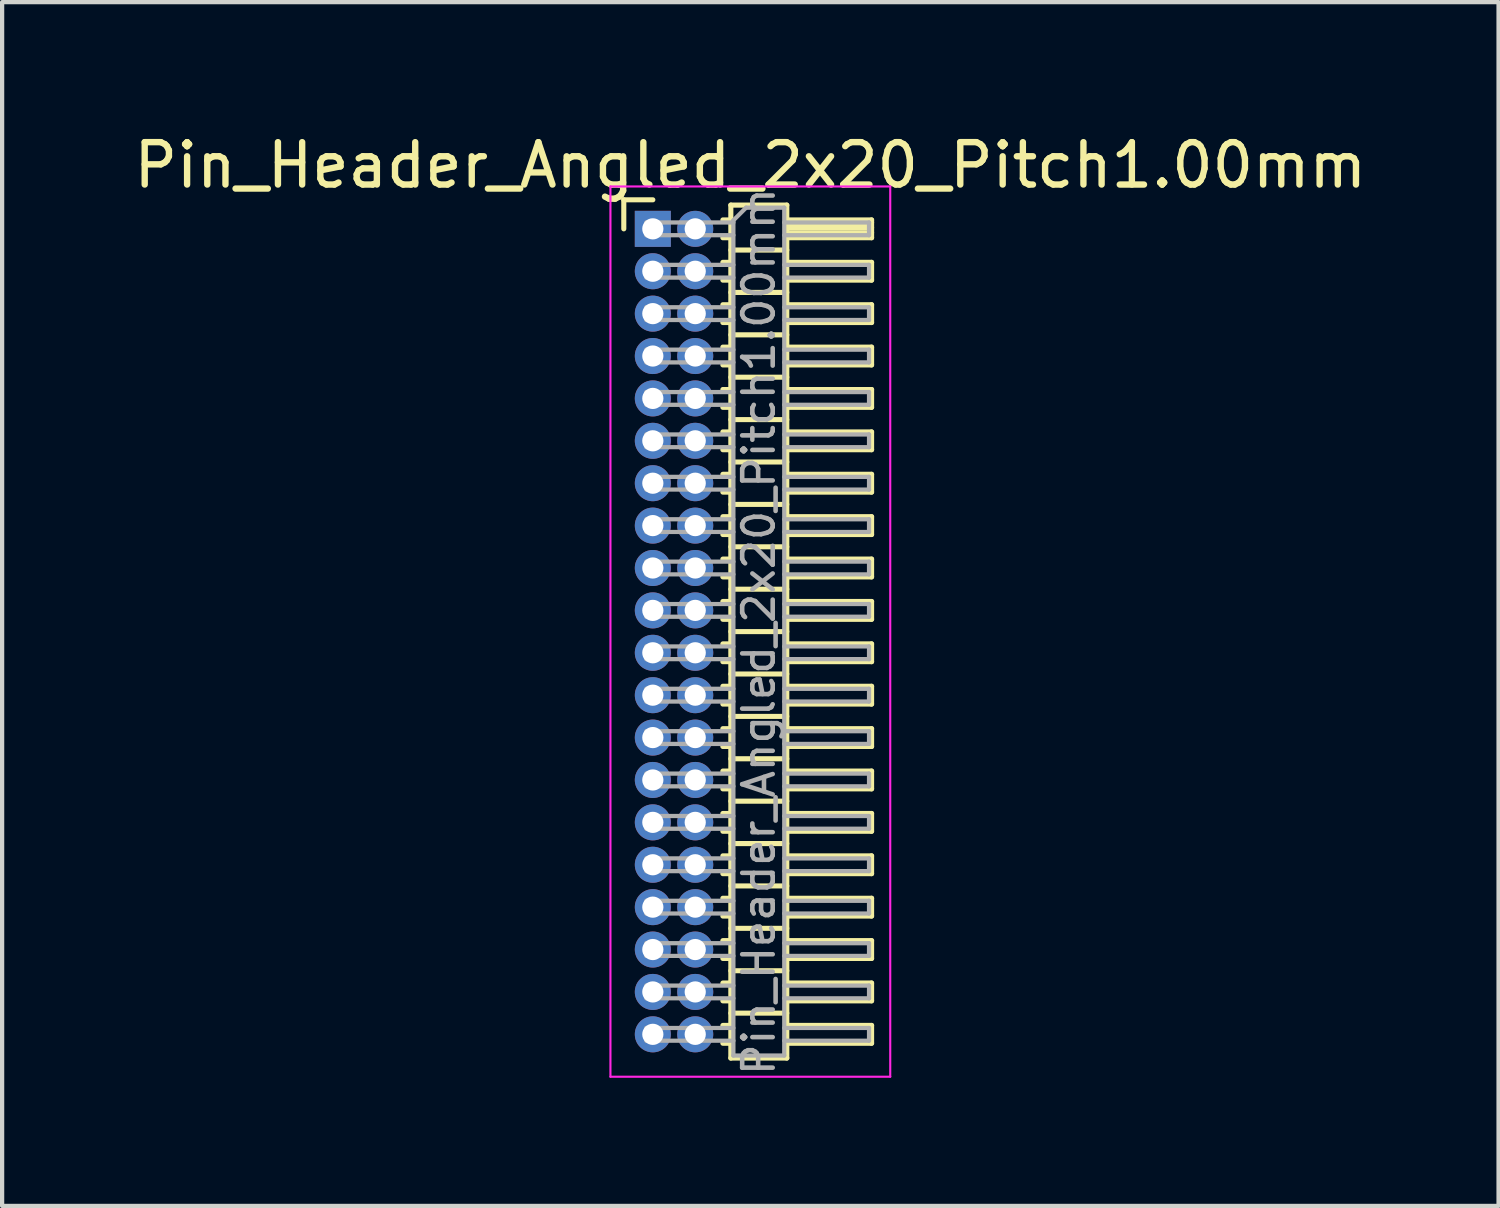
<source format=kicad_pcb>
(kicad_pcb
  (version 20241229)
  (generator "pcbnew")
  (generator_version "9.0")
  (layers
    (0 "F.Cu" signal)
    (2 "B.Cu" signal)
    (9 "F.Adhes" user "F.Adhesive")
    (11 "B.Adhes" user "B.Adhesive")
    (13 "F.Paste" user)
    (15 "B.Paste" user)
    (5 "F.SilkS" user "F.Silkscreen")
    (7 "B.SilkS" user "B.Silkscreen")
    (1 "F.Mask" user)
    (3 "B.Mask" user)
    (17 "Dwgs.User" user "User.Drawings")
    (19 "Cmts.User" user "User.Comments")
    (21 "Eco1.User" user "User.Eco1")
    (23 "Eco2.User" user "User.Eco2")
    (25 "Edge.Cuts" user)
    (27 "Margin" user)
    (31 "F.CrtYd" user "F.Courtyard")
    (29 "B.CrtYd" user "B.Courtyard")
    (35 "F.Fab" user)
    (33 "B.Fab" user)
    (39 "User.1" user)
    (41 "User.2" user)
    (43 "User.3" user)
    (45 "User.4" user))
  (footprint "Pin_Header_Angled_2x20_Pitch1.00mm"
    (layer "F.Cu")
    (at 12.349 2.348)
    (property "Reference" "Pin_Header_Angled_2x20_Pitch1.00mm" (at 2.3 -1.5 0) (layer "F.SilkS") (effects (font (size 1 1) (thickness 0.15))))
    (attr through_hole)
    (fp_line (start -0.685 -0.685) (end 0 -0.685) (stroke (width 0.12) (type solid)) (layer "F.SilkS"))
    (fp_line (start -0.685 0) (end -0.685 -0.685) (stroke (width 0.12) (type solid)) (layer "F.SilkS"))
    (fp_line (start 1.652 -0.21) (end 1.84 -0.21) (stroke (width 0.12) (type solid)) (layer "F.SilkS"))
    (fp_line (start 1.652 0.21) (end 1.84 0.21) (stroke (width 0.12) (type solid)) (layer "F.SilkS"))
    (fp_line (start 1.652 0.79) (end 1.84 0.79) (stroke (width 0.12) (type solid)) (layer "F.SilkS"))
    (fp_line (start 1.652 1.21) (end 1.84 1.21) (stroke (width 0.12) (type solid)) (layer "F.SilkS"))
    (fp_line (start 1.652 1.79) (end 1.84 1.79) (stroke (width 0.12) (type solid)) (layer "F.SilkS"))
    (fp_line (start 1.652 2.21) (end 1.84 2.21) (stroke (width 0.12) (type solid)) (layer "F.SilkS"))
    (fp_line (start 1.652 2.79) (end 1.84 2.79) (stroke (width 0.12) (type solid)) (layer "F.SilkS"))
    (fp_line (start 1.652 3.21) (end 1.84 3.21) (stroke (width 0.12) (type solid)) (layer "F.SilkS"))
    (fp_line (start 1.652 3.79) (end 1.84 3.79) (stroke (width 0.12) (type solid)) (layer "F.SilkS"))
    (fp_line (start 1.652 4.21) (end 1.84 4.21) (stroke (width 0.12) (type solid)) (layer "F.SilkS"))
    (fp_line (start 1.652 4.79) (end 1.84 4.79) (stroke (width 0.12) (type solid)) (layer "F.SilkS"))
    (fp_line (start 1.652 5.21) (end 1.84 5.21) (stroke (width 0.12) (type solid)) (layer "F.SilkS"))
    (fp_line (start 1.652 5.79) (end 1.84 5.79) (stroke (width 0.12) (type solid)) (layer "F.SilkS"))
    (fp_line (start 1.652 6.21) (end 1.84 6.21) (stroke (width 0.12) (type solid)) (layer "F.SilkS"))
    (fp_line (start 1.652 6.79) (end 1.84 6.79) (stroke (width 0.12) (type solid)) (layer "F.SilkS"))
    (fp_line (start 1.652 7.21) (end 1.84 7.21) (stroke (width 0.12) (type solid)) (layer "F.SilkS"))
    (fp_line (start 1.652 7.79) (end 1.84 7.79) (stroke (width 0.12) (type solid)) (layer "F.SilkS"))
    (fp_line (start 1.652 8.21) (end 1.84 8.21) (stroke (width 0.12) (type solid)) (layer "F.SilkS"))
    (fp_line (start 1.652 8.79) (end 1.84 8.79) (stroke (width 0.12) (type solid)) (layer "F.SilkS"))
    (fp_line (start 1.652 9.21) (end 1.84 9.21) (stroke (width 0.12) (type solid)) (layer "F.SilkS"))
    (fp_line (start 1.652 9.79) (end 1.84 9.79) (stroke (width 0.12) (type solid)) (layer "F.SilkS"))
    (fp_line (start 1.652 10.21) (end 1.84 10.21) (stroke (width 0.12) (type solid)) (layer "F.SilkS"))
    (fp_line (start 1.652 10.79) (end 1.84 10.79) (stroke (width 0.12) (type solid)) (layer "F.SilkS"))
    (fp_line (start 1.652 11.21) (end 1.84 11.21) (stroke (width 0.12) (type solid)) (layer "F.SilkS"))
    (fp_line (start 1.652 11.79) (end 1.84 11.79) (stroke (width 0.12) (type solid)) (layer "F.SilkS"))
    (fp_line (start 1.652 12.21) (end 1.84 12.21) (stroke (width 0.12) (type solid)) (layer "F.SilkS"))
    (fp_line (start 1.652 12.79) (end 1.84 12.79) (stroke (width 0.12) (type solid)) (layer "F.SilkS"))
    (fp_line (start 1.652 13.21) (end 1.84 13.21) (stroke (width 0.12) (type solid)) (layer "F.SilkS"))
    (fp_line (start 1.652 13.79) (end 1.84 13.79) (stroke (width 0.12) (type solid)) (layer "F.SilkS"))
    (fp_line (start 1.652 14.21) (end 1.84 14.21) (stroke (width 0.12) (type solid)) (layer "F.SilkS"))
    (fp_line (start 1.652 14.79) (end 1.84 14.79) (stroke (width 0.12) (type solid)) (layer "F.SilkS"))
    (fp_line (start 1.652 15.21) (end 1.84 15.21) (stroke (width 0.12) (type solid)) (layer "F.SilkS"))
    (fp_line (start 1.652 15.79) (end 1.84 15.79) (stroke (width 0.12) (type solid)) (layer "F.SilkS"))
    (fp_line (start 1.652 16.21) (end 1.84 16.21) (stroke (width 0.12) (type solid)) (layer "F.SilkS"))
    (fp_line (start 1.652 16.79) (end 1.84 16.79) (stroke (width 0.12) (type solid)) (layer "F.SilkS"))
    (fp_line (start 1.652 17.21) (end 1.84 17.21) (stroke (width 0.12) (type solid)) (layer "F.SilkS"))
    (fp_line (start 1.652 17.79) (end 1.84 17.79) (stroke (width 0.12) (type solid)) (layer "F.SilkS"))
    (fp_line (start 1.652 18.21) (end 1.84 18.21) (stroke (width 0.12) (type solid)) (layer "F.SilkS"))
    (fp_line (start 1.652 18.79) (end 1.84 18.79) (stroke (width 0.12) (type solid)) (layer "F.SilkS"))
    (fp_line (start 1.652 19.21) (end 1.84 19.21) (stroke (width 0.12) (type solid)) (layer "F.SilkS"))
    (fp_line (start 1.84 -0.56) (end 1.84 19.56) (stroke (width 0.12) (type solid)) (layer "F.SilkS"))
    (fp_line (start 1.84 0.5) (end 3.16 0.5) (stroke (width 0.12) (type solid)) (layer "F.SilkS"))
    (fp_line (start 1.84 1.5) (end 3.16 1.5) (stroke (width 0.12) (type solid)) (layer "F.SilkS"))
    (fp_line (start 1.84 2.5) (end 3.16 2.5) (stroke (width 0.12) (type solid)) (layer "F.SilkS"))
    (fp_line (start 1.84 3.5) (end 3.16 3.5) (stroke (width 0.12) (type solid)) (layer "F.SilkS"))
    (fp_line (start 1.84 4.5) (end 3.16 4.5) (stroke (width 0.12) (type solid)) (layer "F.SilkS"))
    (fp_line (start 1.84 5.5) (end 3.16 5.5) (stroke (width 0.12) (type solid)) (layer "F.SilkS"))
    (fp_line (start 1.84 6.5) (end 3.16 6.5) (stroke (width 0.12) (type solid)) (layer "F.SilkS"))
    (fp_line (start 1.84 7.5) (end 3.16 7.5) (stroke (width 0.12) (type solid)) (layer "F.SilkS"))
    (fp_line (start 1.84 8.5) (end 3.16 8.5) (stroke (width 0.12) (type solid)) (layer "F.SilkS"))
    (fp_line (start 1.84 9.5) (end 3.16 9.5) (stroke (width 0.12) (type solid)) (layer "F.SilkS"))
    (fp_line (start 1.84 10.5) (end 3.16 10.5) (stroke (width 0.12) (type solid)) (layer "F.SilkS"))
    (fp_line (start 1.84 11.5) (end 3.16 11.5) (stroke (width 0.12) (type solid)) (layer "F.SilkS"))
    (fp_line (start 1.84 12.5) (end 3.16 12.5) (stroke (width 0.12) (type solid)) (layer "F.SilkS"))
    (fp_line (start 1.84 13.5) (end 3.16 13.5) (stroke (width 0.12) (type solid)) (layer "F.SilkS"))
    (fp_line (start 1.84 14.5) (end 3.16 14.5) (stroke (width 0.12) (type solid)) (layer "F.SilkS"))
    (fp_line (start 1.84 15.5) (end 3.16 15.5) (stroke (width 0.12) (type solid)) (layer "F.SilkS"))
    (fp_line (start 1.84 16.5) (end 3.16 16.5) (stroke (width 0.12) (type solid)) (layer "F.SilkS"))
    (fp_line (start 1.84 17.5) (end 3.16 17.5) (stroke (width 0.12) (type solid)) (layer "F.SilkS"))
    (fp_line (start 1.84 18.5) (end 3.16 18.5) (stroke (width 0.12) (type solid)) (layer "F.SilkS"))
    (fp_line (start 1.84 19.56) (end 3.16 19.56) (stroke (width 0.12) (type solid)) (layer "F.SilkS"))
    (fp_line (start 3.16 -0.56) (end 1.84 -0.56) (stroke (width 0.12) (type solid)) (layer "F.SilkS"))
    (fp_line (start 3.16 -0.21) (end 5.16 -0.21) (stroke (width 0.12) (type solid)) (layer "F.SilkS"))
    (fp_line (start 3.16 -0.15) (end 5.16 -0.15) (stroke (width 0.12) (type solid)) (layer "F.SilkS"))
    (fp_line (start 3.16 -0.03) (end 5.16 -0.03) (stroke (width 0.12) (type solid)) (layer "F.SilkS"))
    (fp_line (start 3.16 0.09) (end 5.16 0.09) (stroke (width 0.12) (type solid)) (layer "F.SilkS"))
    (fp_line (start 3.16 0.79) (end 5.16 0.79) (stroke (width 0.12) (type solid)) (layer "F.SilkS"))
    (fp_line (start 3.16 1.79) (end 5.16 1.79) (stroke (width 0.12) (type solid)) (layer "F.SilkS"))
    (fp_line (start 3.16 2.79) (end 5.16 2.79) (stroke (width 0.12) (type solid)) (layer "F.SilkS"))
    (fp_line (start 3.16 3.79) (end 5.16 3.79) (stroke (width 0.12) (type solid)) (layer "F.SilkS"))
    (fp_line (start 3.16 4.79) (end 5.16 4.79) (stroke (width 0.12) (type solid)) (layer "F.SilkS"))
    (fp_line (start 3.16 5.79) (end 5.16 5.79) (stroke (width 0.12) (type solid)) (layer "F.SilkS"))
    (fp_line (start 3.16 6.79) (end 5.16 6.79) (stroke (width 0.12) (type solid)) (layer "F.SilkS"))
    (fp_line (start 3.16 7.79) (end 5.16 7.79) (stroke (width 0.12) (type solid)) (layer "F.SilkS"))
    (fp_line (start 3.16 8.79) (end 5.16 8.79) (stroke (width 0.12) (type solid)) (layer "F.SilkS"))
    (fp_line (start 3.16 9.79) (end 5.16 9.79) (stroke (width 0.12) (type solid)) (layer "F.SilkS"))
    (fp_line (start 3.16 10.79) (end 5.16 10.79) (stroke (width 0.12) (type solid)) (layer "F.SilkS"))
    (fp_line (start 3.16 11.79) (end 5.16 11.79) (stroke (width 0.12) (type solid)) (layer "F.SilkS"))
    (fp_line (start 3.16 12.79) (end 5.16 12.79) (stroke (width 0.12) (type solid)) (layer "F.SilkS"))
    (fp_line (start 3.16 13.79) (end 5.16 13.79) (stroke (width 0.12) (type solid)) (layer "F.SilkS"))
    (fp_line (start 3.16 14.79) (end 5.16 14.79) (stroke (width 0.12) (type solid)) (layer "F.SilkS"))
    (fp_line (start 3.16 15.79) (end 5.16 15.79) (stroke (width 0.12) (type solid)) (layer "F.SilkS"))
    (fp_line (start 3.16 16.79) (end 5.16 16.79) (stroke (width 0.12) (type solid)) (layer "F.SilkS"))
    (fp_line (start 3.16 17.79) (end 5.16 17.79) (stroke (width 0.12) (type solid)) (layer "F.SilkS"))
    (fp_line (start 3.16 18.79) (end 5.16 18.79) (stroke (width 0.12) (type solid)) (layer "F.SilkS"))
    (fp_line (start 3.16 19.56) (end 3.16 -0.56) (stroke (width 0.12) (type solid)) (layer "F.SilkS"))
    (fp_line (start 5.16 -0.21) (end 5.16 0.21) (stroke (width 0.12) (type solid)) (layer "F.SilkS"))
    (fp_line (start 5.16 0.21) (end 3.16 0.21) (stroke (width 0.12) (type solid)) (layer "F.SilkS"))
    (fp_line (start 5.16 0.79) (end 5.16 1.21) (stroke (width 0.12) (type solid)) (layer "F.SilkS"))
    (fp_line (start 5.16 1.21) (end 3.16 1.21) (stroke (width 0.12) (type solid)) (layer "F.SilkS"))
    (fp_line (start 5.16 1.79) (end 5.16 2.21) (stroke (width 0.12) (type solid)) (layer "F.SilkS"))
    (fp_line (start 5.16 2.21) (end 3.16 2.21) (stroke (width 0.12) (type solid)) (layer "F.SilkS"))
    (fp_line (start 5.16 2.79) (end 5.16 3.21) (stroke (width 0.12) (type solid)) (layer "F.SilkS"))
    (fp_line (start 5.16 3.21) (end 3.16 3.21) (stroke (width 0.12) (type solid)) (layer "F.SilkS"))
    (fp_line (start 5.16 3.79) (end 5.16 4.21) (stroke (width 0.12) (type solid)) (layer "F.SilkS"))
    (fp_line (start 5.16 4.21) (end 3.16 4.21) (stroke (width 0.12) (type solid)) (layer "F.SilkS"))
    (fp_line (start 5.16 4.79) (end 5.16 5.21) (stroke (width 0.12) (type solid)) (layer "F.SilkS"))
    (fp_line (start 5.16 5.21) (end 3.16 5.21) (stroke (width 0.12) (type solid)) (layer "F.SilkS"))
    (fp_line (start 5.16 5.79) (end 5.16 6.21) (stroke (width 0.12) (type solid)) (layer "F.SilkS"))
    (fp_line (start 5.16 6.21) (end 3.16 6.21) (stroke (width 0.12) (type solid)) (layer "F.SilkS"))
    (fp_line (start 5.16 6.79) (end 5.16 7.21) (stroke (width 0.12) (type solid)) (layer "F.SilkS"))
    (fp_line (start 5.16 7.21) (end 3.16 7.21) (stroke (width 0.12) (type solid)) (layer "F.SilkS"))
    (fp_line (start 5.16 7.79) (end 5.16 8.21) (stroke (width 0.12) (type solid)) (layer "F.SilkS"))
    (fp_line (start 5.16 8.21) (end 3.16 8.21) (stroke (width 0.12) (type solid)) (layer "F.SilkS"))
    (fp_line (start 5.16 8.79) (end 5.16 9.21) (stroke (width 0.12) (type solid)) (layer "F.SilkS"))
    (fp_line (start 5.16 9.21) (end 3.16 9.21) (stroke (width 0.12) (type solid)) (layer "F.SilkS"))
    (fp_line (start 5.16 9.79) (end 5.16 10.21) (stroke (width 0.12) (type solid)) (layer "F.SilkS"))
    (fp_line (start 5.16 10.21) (end 3.16 10.21) (stroke (width 0.12) (type solid)) (layer "F.SilkS"))
    (fp_line (start 5.16 10.79) (end 5.16 11.21) (stroke (width 0.12) (type solid)) (layer "F.SilkS"))
    (fp_line (start 5.16 11.21) (end 3.16 11.21) (stroke (width 0.12) (type solid)) (layer "F.SilkS"))
    (fp_line (start 5.16 11.79) (end 5.16 12.21) (stroke (width 0.12) (type solid)) (layer "F.SilkS"))
    (fp_line (start 5.16 12.21) (end 3.16 12.21) (stroke (width 0.12) (type solid)) (layer "F.SilkS"))
    (fp_line (start 5.16 12.79) (end 5.16 13.21) (stroke (width 0.12) (type solid)) (layer "F.SilkS"))
    (fp_line (start 5.16 13.21) (end 3.16 13.21) (stroke (width 0.12) (type solid)) (layer "F.SilkS"))
    (fp_line (start 5.16 13.79) (end 5.16 14.21) (stroke (width 0.12) (type solid)) (layer "F.SilkS"))
    (fp_line (start 5.16 14.21) (end 3.16 14.21) (stroke (width 0.12) (type solid)) (layer "F.SilkS"))
    (fp_line (start 5.16 14.79) (end 5.16 15.21) (stroke (width 0.12) (type solid)) (layer "F.SilkS"))
    (fp_line (start 5.16 15.21) (end 3.16 15.21) (stroke (width 0.12) (type solid)) (layer "F.SilkS"))
    (fp_line (start 5.16 15.79) (end 5.16 16.21) (stroke (width 0.12) (type solid)) (layer "F.SilkS"))
    (fp_line (start 5.16 16.21) (end 3.16 16.21) (stroke (width 0.12) (type solid)) (layer "F.SilkS"))
    (fp_line (start 5.16 16.79) (end 5.16 17.21) (stroke (width 0.12) (type solid)) (layer "F.SilkS"))
    (fp_line (start 5.16 17.21) (end 3.16 17.21) (stroke (width 0.12) (type solid)) (layer "F.SilkS"))
    (fp_line (start 5.16 17.79) (end 5.16 18.21) (stroke (width 0.12) (type solid)) (layer "F.SilkS"))
    (fp_line (start 5.16 18.21) (end 3.16 18.21) (stroke (width 0.12) (type solid)) (layer "F.SilkS"))
    (fp_line (start 5.16 18.79) (end 5.16 19.21) (stroke (width 0.12) (type solid)) (layer "F.SilkS"))
    (fp_line (start 5.16 19.21) (end 3.16 19.21) (stroke (width 0.12) (type solid)) (layer "F.SilkS"))
    (fp_line (start -1 -1) (end -1 20) (stroke (width 0.05) (type solid)) (layer "F.CrtYd"))
    (fp_line (start -1 20) (end 5.6 20) (stroke (width 0.05) (type solid)) (layer "F.CrtYd"))
    (fp_line (start 5.6 -1) (end -1 -1) (stroke (width 0.05) (type solid)) (layer "F.CrtYd"))
    (fp_line (start 5.6 20) (end 5.6 -1) (stroke (width 0.05) (type solid)) (layer "F.CrtYd"))
    (fp_line (start -0.15 -0.15) (end -0.15 0.15) (stroke (width 0.1) (type solid)) (layer "F.Fab"))
    (fp_line (start -0.15 -0.15) (end 1.9 -0.15) (stroke (width 0.1) (type solid)) (layer "F.Fab"))
    (fp_line (start -0.15 0.15) (end 1.9 0.15) (stroke (width 0.1) (type solid)) (layer "F.Fab"))
    (fp_line (start -0.15 0.85) (end -0.15 1.15) (stroke (width 0.1) (type solid)) (layer "F.Fab"))
    (fp_line (start -0.15 0.85) (end 1.9 0.85) (stroke (width 0.1) (type solid)) (layer "F.Fab"))
    (fp_line (start -0.15 1.15) (end 1.9 1.15) (stroke (width 0.1) (type solid)) (layer "F.Fab"))
    (fp_line (start -0.15 1.85) (end -0.15 2.15) (stroke (width 0.1) (type solid)) (layer "F.Fab"))
    (fp_line (start -0.15 1.85) (end 1.9 1.85) (stroke (width 0.1) (type solid)) (layer "F.Fab"))
    (fp_line (start -0.15 2.15) (end 1.9 2.15) (stroke (width 0.1) (type solid)) (layer "F.Fab"))
    (fp_line (start -0.15 2.85) (end -0.15 3.15) (stroke (width 0.1) (type solid)) (layer "F.Fab"))
    (fp_line (start -0.15 2.85) (end 1.9 2.85) (stroke (width 0.1) (type solid)) (layer "F.Fab"))
    (fp_line (start -0.15 3.15) (end 1.9 3.15) (stroke (width 0.1) (type solid)) (layer "F.Fab"))
    (fp_line (start -0.15 3.85) (end -0.15 4.15) (stroke (width 0.1) (type solid)) (layer "F.Fab"))
    (fp_line (start -0.15 3.85) (end 1.9 3.85) (stroke (width 0.1) (type solid)) (layer "F.Fab"))
    (fp_line (start -0.15 4.15) (end 1.9 4.15) (stroke (width 0.1) (type solid)) (layer "F.Fab"))
    (fp_line (start -0.15 4.85) (end -0.15 5.15) (stroke (width 0.1) (type solid)) (layer "F.Fab"))
    (fp_line (start -0.15 4.85) (end 1.9 4.85) (stroke (width 0.1) (type solid)) (layer "F.Fab"))
    (fp_line (start -0.15 5.15) (end 1.9 5.15) (stroke (width 0.1) (type solid)) (layer "F.Fab"))
    (fp_line (start -0.15 5.85) (end -0.15 6.15) (stroke (width 0.1) (type solid)) (layer "F.Fab"))
    (fp_line (start -0.15 5.85) (end 1.9 5.85) (stroke (width 0.1) (type solid)) (layer "F.Fab"))
    (fp_line (start -0.15 6.15) (end 1.9 6.15) (stroke (width 0.1) (type solid)) (layer "F.Fab"))
    (fp_line (start -0.15 6.85) (end -0.15 7.15) (stroke (width 0.1) (type solid)) (layer "F.Fab"))
    (fp_line (start -0.15 6.85) (end 1.9 6.85) (stroke (width 0.1) (type solid)) (layer "F.Fab"))
    (fp_line (start -0.15 7.15) (end 1.9 7.15) (stroke (width 0.1) (type solid)) (layer "F.Fab"))
    (fp_line (start -0.15 7.85) (end -0.15 8.15) (stroke (width 0.1) (type solid)) (layer "F.Fab"))
    (fp_line (start -0.15 7.85) (end 1.9 7.85) (stroke (width 0.1) (type solid)) (layer "F.Fab"))
    (fp_line (start -0.15 8.15) (end 1.9 8.15) (stroke (width 0.1) (type solid)) (layer "F.Fab"))
    (fp_line (start -0.15 8.85) (end -0.15 9.15) (stroke (width 0.1) (type solid)) (layer "F.Fab"))
    (fp_line (start -0.15 8.85) (end 1.9 8.85) (stroke (width 0.1) (type solid)) (layer "F.Fab"))
    (fp_line (start -0.15 9.15) (end 1.9 9.15) (stroke (width 0.1) (type solid)) (layer "F.Fab"))
    (fp_line (start -0.15 9.85) (end -0.15 10.15) (stroke (width 0.1) (type solid)) (layer "F.Fab"))
    (fp_line (start -0.15 9.85) (end 1.9 9.85) (stroke (width 0.1) (type solid)) (layer "F.Fab"))
    (fp_line (start -0.15 10.15) (end 1.9 10.15) (stroke (width 0.1) (type solid)) (layer "F.Fab"))
    (fp_line (start -0.15 10.85) (end -0.15 11.15) (stroke (width 0.1) (type solid)) (layer "F.Fab"))
    (fp_line (start -0.15 10.85) (end 1.9 10.85) (stroke (width 0.1) (type solid)) (layer "F.Fab"))
    (fp_line (start -0.15 11.15) (end 1.9 11.15) (stroke (width 0.1) (type solid)) (layer "F.Fab"))
    (fp_line (start -0.15 11.85) (end -0.15 12.15) (stroke (width 0.1) (type solid)) (layer "F.Fab"))
    (fp_line (start -0.15 11.85) (end 1.9 11.85) (stroke (width 0.1) (type solid)) (layer "F.Fab"))
    (fp_line (start -0.15 12.15) (end 1.9 12.15) (stroke (width 0.1) (type solid)) (layer "F.Fab"))
    (fp_line (start -0.15 12.85) (end -0.15 13.15) (stroke (width 0.1) (type solid)) (layer "F.Fab"))
    (fp_line (start -0.15 12.85) (end 1.9 12.85) (stroke (width 0.1) (type solid)) (layer "F.Fab"))
    (fp_line (start -0.15 13.15) (end 1.9 13.15) (stroke (width 0.1) (type solid)) (layer "F.Fab"))
    (fp_line (start -0.15 13.85) (end -0.15 14.15) (stroke (width 0.1) (type solid)) (layer "F.Fab"))
    (fp_line (start -0.15 13.85) (end 1.9 13.85) (stroke (width 0.1) (type solid)) (layer "F.Fab"))
    (fp_line (start -0.15 14.15) (end 1.9 14.15) (stroke (width 0.1) (type solid)) (layer "F.Fab"))
    (fp_line (start -0.15 14.85) (end -0.15 15.15) (stroke (width 0.1) (type solid)) (layer "F.Fab"))
    (fp_line (start -0.15 14.85) (end 1.9 14.85) (stroke (width 0.1) (type solid)) (layer "F.Fab"))
    (fp_line (start -0.15 15.15) (end 1.9 15.15) (stroke (width 0.1) (type solid)) (layer "F.Fab"))
    (fp_line (start -0.15 15.85) (end -0.15 16.15) (stroke (width 0.1) (type solid)) (layer "F.Fab"))
    (fp_line (start -0.15 15.85) (end 1.9 15.85) (stroke (width 0.1) (type solid)) (layer "F.Fab"))
    (fp_line (start -0.15 16.15) (end 1.9 16.15) (stroke (width 0.1) (type solid)) (layer "F.Fab"))
    (fp_line (start -0.15 16.85) (end -0.15 17.15) (stroke (width 0.1) (type solid)) (layer "F.Fab"))
    (fp_line (start -0.15 16.85) (end 1.9 16.85) (stroke (width 0.1) (type solid)) (layer "F.Fab"))
    (fp_line (start -0.15 17.15) (end 1.9 17.15) (stroke (width 0.1) (type solid)) (layer "F.Fab"))
    (fp_line (start -0.15 17.85) (end -0.15 18.15) (stroke (width 0.1) (type solid)) (layer "F.Fab"))
    (fp_line (start -0.15 17.85) (end 1.9 17.85) (stroke (width 0.1) (type solid)) (layer "F.Fab"))
    (fp_line (start -0.15 18.15) (end 1.9 18.15) (stroke (width 0.1) (type solid)) (layer "F.Fab"))
    (fp_line (start -0.15 18.85) (end -0.15 19.15) (stroke (width 0.1) (type solid)) (layer "F.Fab"))
    (fp_line (start -0.15 18.85) (end 1.9 18.85) (stroke (width 0.1) (type solid)) (layer "F.Fab"))
    (fp_line (start -0.15 19.15) (end 1.9 19.15) (stroke (width 0.1) (type solid)) (layer "F.Fab"))
    (fp_line (start 1.9 -0.2) (end 2.2 -0.5) (stroke (width 0.1) (type solid)) (layer "F.Fab"))
    (fp_line (start 1.9 19.5) (end 1.9 -0.2) (stroke (width 0.1) (type solid)) (layer "F.Fab"))
    (fp_line (start 2.2 -0.5) (end 3.1 -0.5) (stroke (width 0.1) (type solid)) (layer "F.Fab"))
    (fp_line (start 3.1 -0.5) (end 3.1 19.5) (stroke (width 0.1) (type solid)) (layer "F.Fab"))
    (fp_line (start 3.1 -0.15) (end 5.1 -0.15) (stroke (width 0.1) (type solid)) (layer "F.Fab"))
    (fp_line (start 3.1 0.15) (end 5.1 0.15) (stroke (width 0.1) (type solid)) (layer "F.Fab"))
    (fp_line (start 3.1 0.85) (end 5.1 0.85) (stroke (width 0.1) (type solid)) (layer "F.Fab"))
    (fp_line (start 3.1 1.15) (end 5.1 1.15) (stroke (width 0.1) (type solid)) (layer "F.Fab"))
    (fp_line (start 3.1 1.85) (end 5.1 1.85) (stroke (width 0.1) (type solid)) (layer "F.Fab"))
    (fp_line (start 3.1 2.15) (end 5.1 2.15) (stroke (width 0.1) (type solid)) (layer "F.Fab"))
    (fp_line (start 3.1 2.85) (end 5.1 2.85) (stroke (width 0.1) (type solid)) (layer "F.Fab"))
    (fp_line (start 3.1 3.15) (end 5.1 3.15) (stroke (width 0.1) (type solid)) (layer "F.Fab"))
    (fp_line (start 3.1 3.85) (end 5.1 3.85) (stroke (width 0.1) (type solid)) (layer "F.Fab"))
    (fp_line (start 3.1 4.15) (end 5.1 4.15) (stroke (width 0.1) (type solid)) (layer "F.Fab"))
    (fp_line (start 3.1 4.85) (end 5.1 4.85) (stroke (width 0.1) (type solid)) (layer "F.Fab"))
    (fp_line (start 3.1 5.15) (end 5.1 5.15) (stroke (width 0.1) (type solid)) (layer "F.Fab"))
    (fp_line (start 3.1 5.85) (end 5.1 5.85) (stroke (width 0.1) (type solid)) (layer "F.Fab"))
    (fp_line (start 3.1 6.15) (end 5.1 6.15) (stroke (width 0.1) (type solid)) (layer "F.Fab"))
    (fp_line (start 3.1 6.85) (end 5.1 6.85) (stroke (width 0.1) (type solid)) (layer "F.Fab"))
    (fp_line (start 3.1 7.15) (end 5.1 7.15) (stroke (width 0.1) (type solid)) (layer "F.Fab"))
    (fp_line (start 3.1 7.85) (end 5.1 7.85) (stroke (width 0.1) (type solid)) (layer "F.Fab"))
    (fp_line (start 3.1 8.15) (end 5.1 8.15) (stroke (width 0.1) (type solid)) (layer "F.Fab"))
    (fp_line (start 3.1 8.85) (end 5.1 8.85) (stroke (width 0.1) (type solid)) (layer "F.Fab"))
    (fp_line (start 3.1 9.15) (end 5.1 9.15) (stroke (width 0.1) (type solid)) (layer "F.Fab"))
    (fp_line (start 3.1 9.85) (end 5.1 9.85) (stroke (width 0.1) (type solid)) (layer "F.Fab"))
    (fp_line (start 3.1 10.15) (end 5.1 10.15) (stroke (width 0.1) (type solid)) (layer "F.Fab"))
    (fp_line (start 3.1 10.85) (end 5.1 10.85) (stroke (width 0.1) (type solid)) (layer "F.Fab"))
    (fp_line (start 3.1 11.15) (end 5.1 11.15) (stroke (width 0.1) (type solid)) (layer "F.Fab"))
    (fp_line (start 3.1 11.85) (end 5.1 11.85) (stroke (width 0.1) (type solid)) (layer "F.Fab"))
    (fp_line (start 3.1 12.15) (end 5.1 12.15) (stroke (width 0.1) (type solid)) (layer "F.Fab"))
    (fp_line (start 3.1 12.85) (end 5.1 12.85) (stroke (width 0.1) (type solid)) (layer "F.Fab"))
    (fp_line (start 3.1 13.15) (end 5.1 13.15) (stroke (width 0.1) (type solid)) (layer "F.Fab"))
    (fp_line (start 3.1 13.85) (end 5.1 13.85) (stroke (width 0.1) (type solid)) (layer "F.Fab"))
    (fp_line (start 3.1 14.15) (end 5.1 14.15) (stroke (width 0.1) (type solid)) (layer "F.Fab"))
    (fp_line (start 3.1 14.85) (end 5.1 14.85) (stroke (width 0.1) (type solid)) (layer "F.Fab"))
    (fp_line (start 3.1 15.15) (end 5.1 15.15) (stroke (width 0.1) (type solid)) (layer "F.Fab"))
    (fp_line (start 3.1 15.85) (end 5.1 15.85) (stroke (width 0.1) (type solid)) (layer "F.Fab"))
    (fp_line (start 3.1 16.15) (end 5.1 16.15) (stroke (width 0.1) (type solid)) (layer "F.Fab"))
    (fp_line (start 3.1 16.85) (end 5.1 16.85) (stroke (width 0.1) (type solid)) (layer "F.Fab"))
    (fp_line (start 3.1 17.15) (end 5.1 17.15) (stroke (width 0.1) (type solid)) (layer "F.Fab"))
    (fp_line (start 3.1 17.85) (end 5.1 17.85) (stroke (width 0.1) (type solid)) (layer "F.Fab"))
    (fp_line (start 3.1 18.15) (end 5.1 18.15) (stroke (width 0.1) (type solid)) (layer "F.Fab"))
    (fp_line (start 3.1 18.85) (end 5.1 18.85) (stroke (width 0.1) (type solid)) (layer "F.Fab"))
    (fp_line (start 3.1 19.15) (end 5.1 19.15) (stroke (width 0.1) (type solid)) (layer "F.Fab"))
    (fp_line (start 3.1 19.5) (end 1.9 19.5) (stroke (width 0.1) (type solid)) (layer "F.Fab"))
    (fp_line (start 5.1 -0.15) (end 5.1 0.15) (stroke (width 0.1) (type solid)) (layer "F.Fab"))
    (fp_line (start 5.1 0.85) (end 5.1 1.15) (stroke (width 0.1) (type solid)) (layer "F.Fab"))
    (fp_line (start 5.1 1.85) (end 5.1 2.15) (stroke (width 0.1) (type solid)) (layer "F.Fab"))
    (fp_line (start 5.1 2.85) (end 5.1 3.15) (stroke (width 0.1) (type solid)) (layer "F.Fab"))
    (fp_line (start 5.1 3.85) (end 5.1 4.15) (stroke (width 0.1) (type solid)) (layer "F.Fab"))
    (fp_line (start 5.1 4.85) (end 5.1 5.15) (stroke (width 0.1) (type solid)) (layer "F.Fab"))
    (fp_line (start 5.1 5.85) (end 5.1 6.15) (stroke (width 0.1) (type solid)) (layer "F.Fab"))
    (fp_line (start 5.1 6.85) (end 5.1 7.15) (stroke (width 0.1) (type solid)) (layer "F.Fab"))
    (fp_line (start 5.1 7.85) (end 5.1 8.15) (stroke (width 0.1) (type solid)) (layer "F.Fab"))
    (fp_line (start 5.1 8.85) (end 5.1 9.15) (stroke (width 0.1) (type solid)) (layer "F.Fab"))
    (fp_line (start 5.1 9.85) (end 5.1 10.15) (stroke (width 0.1) (type solid)) (layer "F.Fab"))
    (fp_line (start 5.1 10.85) (end 5.1 11.15) (stroke (width 0.1) (type solid)) (layer "F.Fab"))
    (fp_line (start 5.1 11.85) (end 5.1 12.15) (stroke (width 0.1) (type solid)) (layer "F.Fab"))
    (fp_line (start 5.1 12.85) (end 5.1 13.15) (stroke (width 0.1) (type solid)) (layer "F.Fab"))
    (fp_line (start 5.1 13.85) (end 5.1 14.15) (stroke (width 0.1) (type solid)) (layer "F.Fab"))
    (fp_line (start 5.1 14.85) (end 5.1 15.15) (stroke (width 0.1) (type solid)) (layer "F.Fab"))
    (fp_line (start 5.1 15.85) (end 5.1 16.15) (stroke (width 0.1) (type solid)) (layer "F.Fab"))
    (fp_line (start 5.1 16.85) (end 5.1 17.15) (stroke (width 0.1) (type solid)) (layer "F.Fab"))
    (fp_line (start 5.1 17.85) (end 5.1 18.15) (stroke (width 0.1) (type solid)) (layer "F.Fab"))
    (fp_line (start 5.1 18.85) (end 5.1 19.15) (stroke (width 0.1) (type solid)) (layer "F.Fab"))
    (fp_text user "${REFERENCE}" (at 2.5 9.5 90) (layer "F.Fab") (effects (font (size 0.72 0.72) (thickness 0.108))))
    (pad "1" thru_hole rect (at 0 0) (size 0.85 0.85) (drill 0.5) (layers "*.Cu" "*.Mask"))
    (pad "2" thru_hole oval (at 1 0) (size 0.85 0.85) (drill 0.5) (layers "*.Cu" "*.Mask"))
    (pad "3" thru_hole oval (at 0 1) (size 0.85 0.85) (drill 0.5) (layers "*.Cu" "*.Mask"))
    (pad "4" thru_hole oval (at 1 1) (size 0.85 0.85) (drill 0.5) (layers "*.Cu" "*.Mask"))
    (pad "5" thru_hole oval (at 0 2) (size 0.85 0.85) (drill 0.5) (layers "*.Cu" "*.Mask"))
    (pad "6" thru_hole oval (at 1 2) (size 0.85 0.85) (drill 0.5) (layers "*.Cu" "*.Mask"))
    (pad "7" thru_hole oval (at 0 3) (size 0.85 0.85) (drill 0.5) (layers "*.Cu" "*.Mask"))
    (pad "8" thru_hole oval (at 1 3) (size 0.85 0.85) (drill 0.5) (layers "*.Cu" "*.Mask"))
    (pad "9" thru_hole oval (at 0 4) (size 0.85 0.85) (drill 0.5) (layers "*.Cu" "*.Mask"))
    (pad "10" thru_hole oval (at 1 4) (size 0.85 0.85) (drill 0.5) (layers "*.Cu" "*.Mask"))
    (pad "11" thru_hole oval (at 0 5) (size 0.85 0.85) (drill 0.5) (layers "*.Cu" "*.Mask"))
    (pad "12" thru_hole oval (at 1 5) (size 0.85 0.85) (drill 0.5) (layers "*.Cu" "*.Mask"))
    (pad "13" thru_hole oval (at 0 6) (size 0.85 0.85) (drill 0.5) (layers "*.Cu" "*.Mask"))
    (pad "14" thru_hole oval (at 1 6) (size 0.85 0.85) (drill 0.5) (layers "*.Cu" "*.Mask"))
    (pad "15" thru_hole oval (at 0 7) (size 0.85 0.85) (drill 0.5) (layers "*.Cu" "*.Mask"))
    (pad "16" thru_hole oval (at 1 7) (size 0.85 0.85) (drill 0.5) (layers "*.Cu" "*.Mask"))
    (pad "17" thru_hole oval (at 0 8) (size 0.85 0.85) (drill 0.5) (layers "*.Cu" "*.Mask"))
    (pad "18" thru_hole oval (at 1 8) (size 0.85 0.85) (drill 0.5) (layers "*.Cu" "*.Mask"))
    (pad "19" thru_hole oval (at 0 9) (size 0.85 0.85) (drill 0.5) (layers "*.Cu" "*.Mask"))
    (pad "20" thru_hole oval (at 1 9) (size 0.85 0.85) (drill 0.5) (layers "*.Cu" "*.Mask"))
    (pad "21" thru_hole oval (at 0 10) (size 0.85 0.85) (drill 0.5) (layers "*.Cu" "*.Mask"))
    (pad "22" thru_hole oval (at 1 10) (size 0.85 0.85) (drill 0.5) (layers "*.Cu" "*.Mask"))
    (pad "23" thru_hole oval (at 0 11) (size 0.85 0.85) (drill 0.5) (layers "*.Cu" "*.Mask"))
    (pad "24" thru_hole oval (at 1 11) (size 0.85 0.85) (drill 0.5) (layers "*.Cu" "*.Mask"))
    (pad "25" thru_hole oval (at 0 12) (size 0.85 0.85) (drill 0.5) (layers "*.Cu" "*.Mask"))
    (pad "26" thru_hole oval (at 1 12) (size 0.85 0.85) (drill 0.5) (layers "*.Cu" "*.Mask"))
    (pad "27" thru_hole oval (at 0 13) (size 0.85 0.85) (drill 0.5) (layers "*.Cu" "*.Mask"))
    (pad "28" thru_hole oval (at 1 13) (size 0.85 0.85) (drill 0.5) (layers "*.Cu" "*.Mask"))
    (pad "29" thru_hole oval (at 0 14) (size 0.85 0.85) (drill 0.5) (layers "*.Cu" "*.Mask"))
    (pad "30" thru_hole oval (at 1 14) (size 0.85 0.85) (drill 0.5) (layers "*.Cu" "*.Mask"))
    (pad "31" thru_hole oval (at 0 15) (size 0.85 0.85) (drill 0.5) (layers "*.Cu" "*.Mask"))
    (pad "32" thru_hole oval (at 1 15) (size 0.85 0.85) (drill 0.5) (layers "*.Cu" "*.Mask"))
    (pad "33" thru_hole oval (at 0 16) (size 0.85 0.85) (drill 0.5) (layers "*.Cu" "*.Mask"))
    (pad "34" thru_hole oval (at 1 16) (size 0.85 0.85) (drill 0.5) (layers "*.Cu" "*.Mask"))
    (pad "35" thru_hole oval (at 0 17) (size 0.85 0.85) (drill 0.5) (layers "*.Cu" "*.Mask"))
    (pad "36" thru_hole oval (at 1 17) (size 0.85 0.85) (drill 0.5) (layers "*.Cu" "*.Mask"))
    (pad "37" thru_hole oval (at 0 18) (size 0.85 0.85) (drill 0.5) (layers "*.Cu" "*.Mask"))
    (pad "38" thru_hole oval (at 1 18) (size 0.85 0.85) (drill 0.5) (layers "*.Cu" "*.Mask"))
    (pad "39" thru_hole oval (at 0 19) (size 0.85 0.85) (drill 0.5) (layers "*.Cu" "*.Mask"))
    (pad "40" thru_hole oval (at 1 19) (size 0.85 0.85) (drill 0.5) (layers "*.Cu" "*.Mask")))
  (gr_rect
    (start -3 -3)
    (end 32.298 25.395)
    (stroke (width 0.1) (type default))
    (fill no)
    (layer "Edge.Cuts")))
</source>
